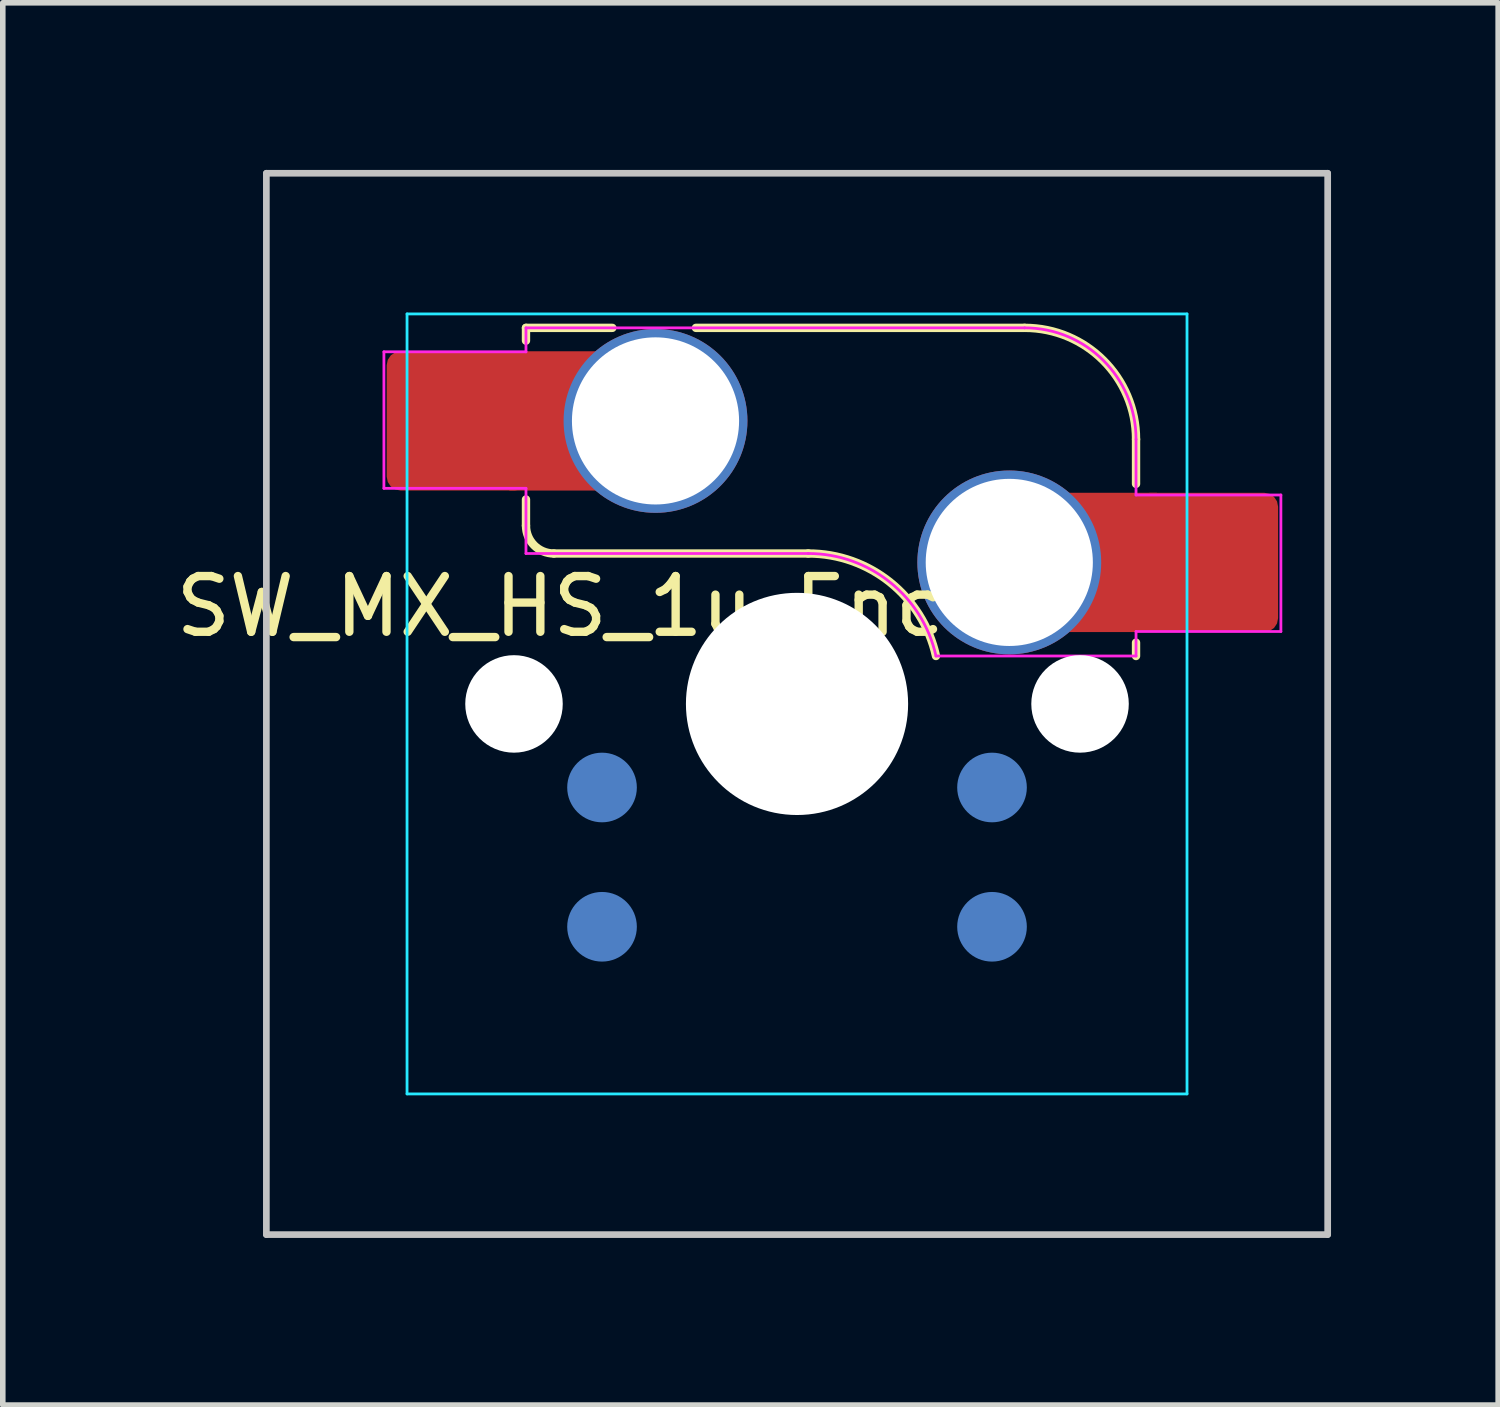
<source format=kicad_pcb>
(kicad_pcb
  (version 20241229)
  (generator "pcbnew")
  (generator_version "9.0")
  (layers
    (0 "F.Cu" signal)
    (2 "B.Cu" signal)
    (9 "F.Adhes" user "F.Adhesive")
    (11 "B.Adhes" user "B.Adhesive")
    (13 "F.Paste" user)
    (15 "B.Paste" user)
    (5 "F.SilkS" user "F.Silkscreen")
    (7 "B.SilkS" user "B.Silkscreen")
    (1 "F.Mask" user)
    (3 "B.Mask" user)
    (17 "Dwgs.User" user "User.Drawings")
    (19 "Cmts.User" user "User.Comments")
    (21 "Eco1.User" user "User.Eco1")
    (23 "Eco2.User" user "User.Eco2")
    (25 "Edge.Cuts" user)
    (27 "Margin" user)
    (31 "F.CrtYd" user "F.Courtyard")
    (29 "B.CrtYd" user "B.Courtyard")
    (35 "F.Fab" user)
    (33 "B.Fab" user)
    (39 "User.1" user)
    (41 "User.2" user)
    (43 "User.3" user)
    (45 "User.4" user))
  (footprint "SW_MX_HS_1u_Enc"
    (layer "F.Cu")
    (at 11.256 9.585)
    (property "Reference" "SW_MX_HS_1u_Enc" (at -4.25 -1.75 0) (layer "F.SilkS") (effects (font (size 1 1) (thickness 0.15))))
    (attr smd)
    (fp_line (start -4.865 -6.75) (end -4.865 -6.52) (stroke (width 0.15) (type solid)) (layer "F.SilkS"))
    (fp_line (start -4.865 -3.67) (end -4.865 -3.2) (stroke (width 0.15) (type solid)) (layer "F.SilkS"))
    (fp_line (start -4.365 -2.7) (end 0.2 -2.7) (stroke (width 0.15) (type solid)) (layer "F.SilkS"))
    (fp_line (start -3.315 -6.75) (end -4.865 -6.75) (stroke (width 0.15) (type solid)) (layer "F.SilkS"))
    (fp_line (start 4.085 -6.75) (end -1.815 -6.75) (stroke (width 0.15) (type solid)) (layer "F.SilkS"))
    (fp_line (start 6.085 -3.95) (end 6.085 -4.75) (stroke (width 0.15) (type solid)) (layer "F.SilkS"))
    (fp_line (start 6.085 -1.1) (end 6.085 -0.86) (stroke (width 0.15) (type solid)) (layer "F.SilkS"))
    (fp_arc (start -4.364824 -2.70022) (mid -4.718377 -2.846667) (end -4.864824 -3.20022) (stroke (width 0.15) (type solid)) (layer "F.SilkS"))
    (fp_arc (start 0.2 -2.70022) (mid 1.670693 -2.183637) (end 2.494322 -0.86022) (stroke (width 0.15) (type solid)) (layer "F.SilkS"))
    (fp_arc (start 4.085176 -6.75022) (mid 5.49939 -6.164434) (end 6.085176 -4.75022) (stroke (width 0.15) (type solid)) (layer "F.SilkS"))
    (fp_line (start -9.525 -9.525) (end 9.525 -9.525) (stroke (width 0.12) (type solid)) (layer "Dwgs.User"))
    (fp_line (start -9.525 9.525) (end -9.525 -9.525) (stroke (width 0.12) (type solid)) (layer "Dwgs.User"))
    (fp_line (start 9.525 -9.525) (end 9.525 9.525) (stroke (width 0.12) (type solid)) (layer "Dwgs.User"))
    (fp_line (start 9.525 9.525) (end -9.525 9.525) (stroke (width 0.12) (type solid)) (layer "Dwgs.User"))
    (fp_line (start -7 -6.5) (end -7 6.5) (stroke (width 0.05) (type solid)) (layer "Eco2.User"))
    (fp_line (start -6.5 7) (end 6.5 7) (stroke (width 0.05) (type solid)) (layer "Eco2.User"))
    (fp_line (start 6.5 -7) (end -6.5 -7) (stroke (width 0.05) (type solid)) (layer "Eco2.User"))
    (fp_line (start 7 6.5) (end 7 -6.5) (stroke (width 0.05) (type solid)) (layer "Eco2.User"))
    (fp_arc (start -7 -6.5) (mid -6.853553 -6.853553) (end -6.5 -7) (stroke (width 0.05) (type solid)) (layer "Eco2.User"))
    (fp_arc (start -6.497236 6.998884) (mid -6.850789 6.852437) (end -6.997236 6.498884) (stroke (width 0.05) (type solid)) (layer "Eco2.User"))
    (fp_arc (start 6.5 -7) (mid 6.853553 -6.853553) (end 7 -6.5) (stroke (width 0.05) (type solid)) (layer "Eco2.User"))
    (fp_arc (start 7 6.5) (mid 6.853553 6.853553) (end 6.5 7) (stroke (width 0.05) (type solid)) (layer "Eco2.User"))
    (fp_line (start -7 -7) (end 7 -7) (stroke (width 0.05) (type solid)) (layer "B.CrtYd"))
    (fp_line (start -7 7) (end -7 -7) (stroke (width 0.05) (type solid)) (layer "B.CrtYd"))
    (fp_line (start 7 -7) (end 7 7) (stroke (width 0.05) (type solid)) (layer "B.CrtYd"))
    (fp_line (start 7 7) (end -7 7) (stroke (width 0.05) (type solid)) (layer "B.CrtYd"))
    (fp_line (start -7.415 -6.32) (end -4.865 -6.32) (stroke (width 0.05) (type solid)) (layer "F.CrtYd"))
    (fp_line (start -7.415 -3.87) (end -7.415 -6.32) (stroke (width 0.05) (type solid)) (layer "F.CrtYd"))
    (fp_line (start -4.865 -6.75) (end -4.865 -6.32) (stroke (width 0.05) (type solid)) (layer "F.CrtYd"))
    (fp_line (start -4.865 -3.87) (end -7.415 -3.87) (stroke (width 0.05) (type solid)) (layer "F.CrtYd"))
    (fp_line (start -4.865 -3.87) (end -4.865 -2.7) (stroke (width 0.05) (type solid)) (layer "F.CrtYd"))
    (fp_line (start -4.865 -2.7) (end 0.2 -2.7) (stroke (width 0.05) (type solid)) (layer "F.CrtYd"))
    (fp_line (start 4.085 -6.75) (end -4.865 -6.75) (stroke (width 0.05) (type solid)) (layer "F.CrtYd"))
    (fp_line (start 6.085 -3.75) (end 6.085 -4.75) (stroke (width 0.05) (type solid)) (layer "F.CrtYd"))
    (fp_line (start 6.085 -3.75) (end 8.685 -3.75) (stroke (width 0.05) (type solid)) (layer "F.CrtYd"))
    (fp_line (start 6.085 -1.3) (end 6.085 -0.86) (stroke (width 0.05) (type solid)) (layer "F.CrtYd"))
    (fp_line (start 6.085 -0.86) (end 2.494 -0.86) (stroke (width 0.05) (type solid)) (layer "F.CrtYd"))
    (fp_line (start 8.685 -3.75) (end 8.685 -1.3) (stroke (width 0.05) (type solid)) (layer "F.CrtYd"))
    (fp_line (start 8.685 -1.3) (end 6.085 -1.3) (stroke (width 0.05) (type solid)) (layer "F.CrtYd"))
    (fp_arc (start 0.2 -2.70022) (mid 1.670503 -2.183399) (end 2.494322 -0.86022) (stroke (width 0.05) (type solid)) (layer "F.CrtYd"))
    (fp_arc (start 4.085176 -6.75022) (mid 5.49939 -6.164434) (end 6.085176 -4.75022) (stroke (width 0.05) (type solid)) (layer "F.CrtYd"))
    (fp_line (start -6.5 -6.5) (end 6.5 -6.5) (stroke (width 0.12) (type solid)) (layer "User.6"))
    (fp_line (start -6.5 6.5) (end -6.5 -6.5) (stroke (width 0.12) (type solid)) (layer "User.6"))
    (fp_line (start 6.5 -6.5) (end 6.5 6.5) (stroke (width 0.12) (type solid)) (layer "User.6"))
    (fp_line (start 6.5 6.5) (end -6.5 6.5) (stroke (width 0.12) (type solid)) (layer "User.6"))
    (pad "" np_thru_hole circle (at -5.08 0) (size 1.75 1.75) (drill 1.75) (layers "*.Cu" "*.Mask"))
    (pad "" np_thru_hole circle (at 0 0) (size 3.988 3.988) (drill 3.988) (layers "*.Cu" "*.Mask"))
    (pad "" np_thru_hole circle (at 5.08 0) (size 1.75 1.75) (drill 1.75) (layers "*.Cu" "*.Mask"))
    (pad "1" smd circle (at 3.5 4) (size 1.25 1.25) (layers "B.Cu" "B.Mask" "B.Paste"))
    (pad "1" thru_hole circle (at 3.81 -2.54) (size 3.3 3.3) (drill 3) (layers "*.Cu" "*.Mask"))
    (pad "1" smd rect (at 5.635 -2.54 180) (size 1.65 2.5) (layers "F.Cu"))
    (pad "1" smd roundrect (at 7.36 -2.54) (size 2.55 2.5) (layers "F.Cu" "F.Mask" "F.Paste") (roundrect_rratio 0.1))
    (pad "2" smd roundrect (at -6.09 -5.08) (size 2.55 2.5) (layers "F.Cu" "F.Mask" "F.Paste") (roundrect_rratio 0.1))
    (pad "2" smd rect (at -4.34 -5.08) (size 1.65 2.5) (layers "F.Cu"))
    (pad "2" thru_hole circle (at -2.54 -5.08) (size 3.3 3.3) (drill 3) (layers "*.Cu" "*.Mask"))
    (pad "2" smd circle (at 3.5 1.5) (size 1.25 1.25) (layers "B.Cu" "B.Mask" "B.Paste"))
    (pad "A" smd circle (at -3.5 4) (size 1.25 1.25) (layers "B.Cu" "B.Mask" "B.Paste"))
    (pad "B" smd circle (at -3.5 1.5) (size 1.25 1.25) (layers "B.Cu" "B.Mask" "B.Paste")))
  (gr_rect
    (start -3 -3)
    (end 23.841 22.17)
    (stroke (width 0.1) (type default))
    (fill no)
    (layer "Edge.Cuts")))
</source>
